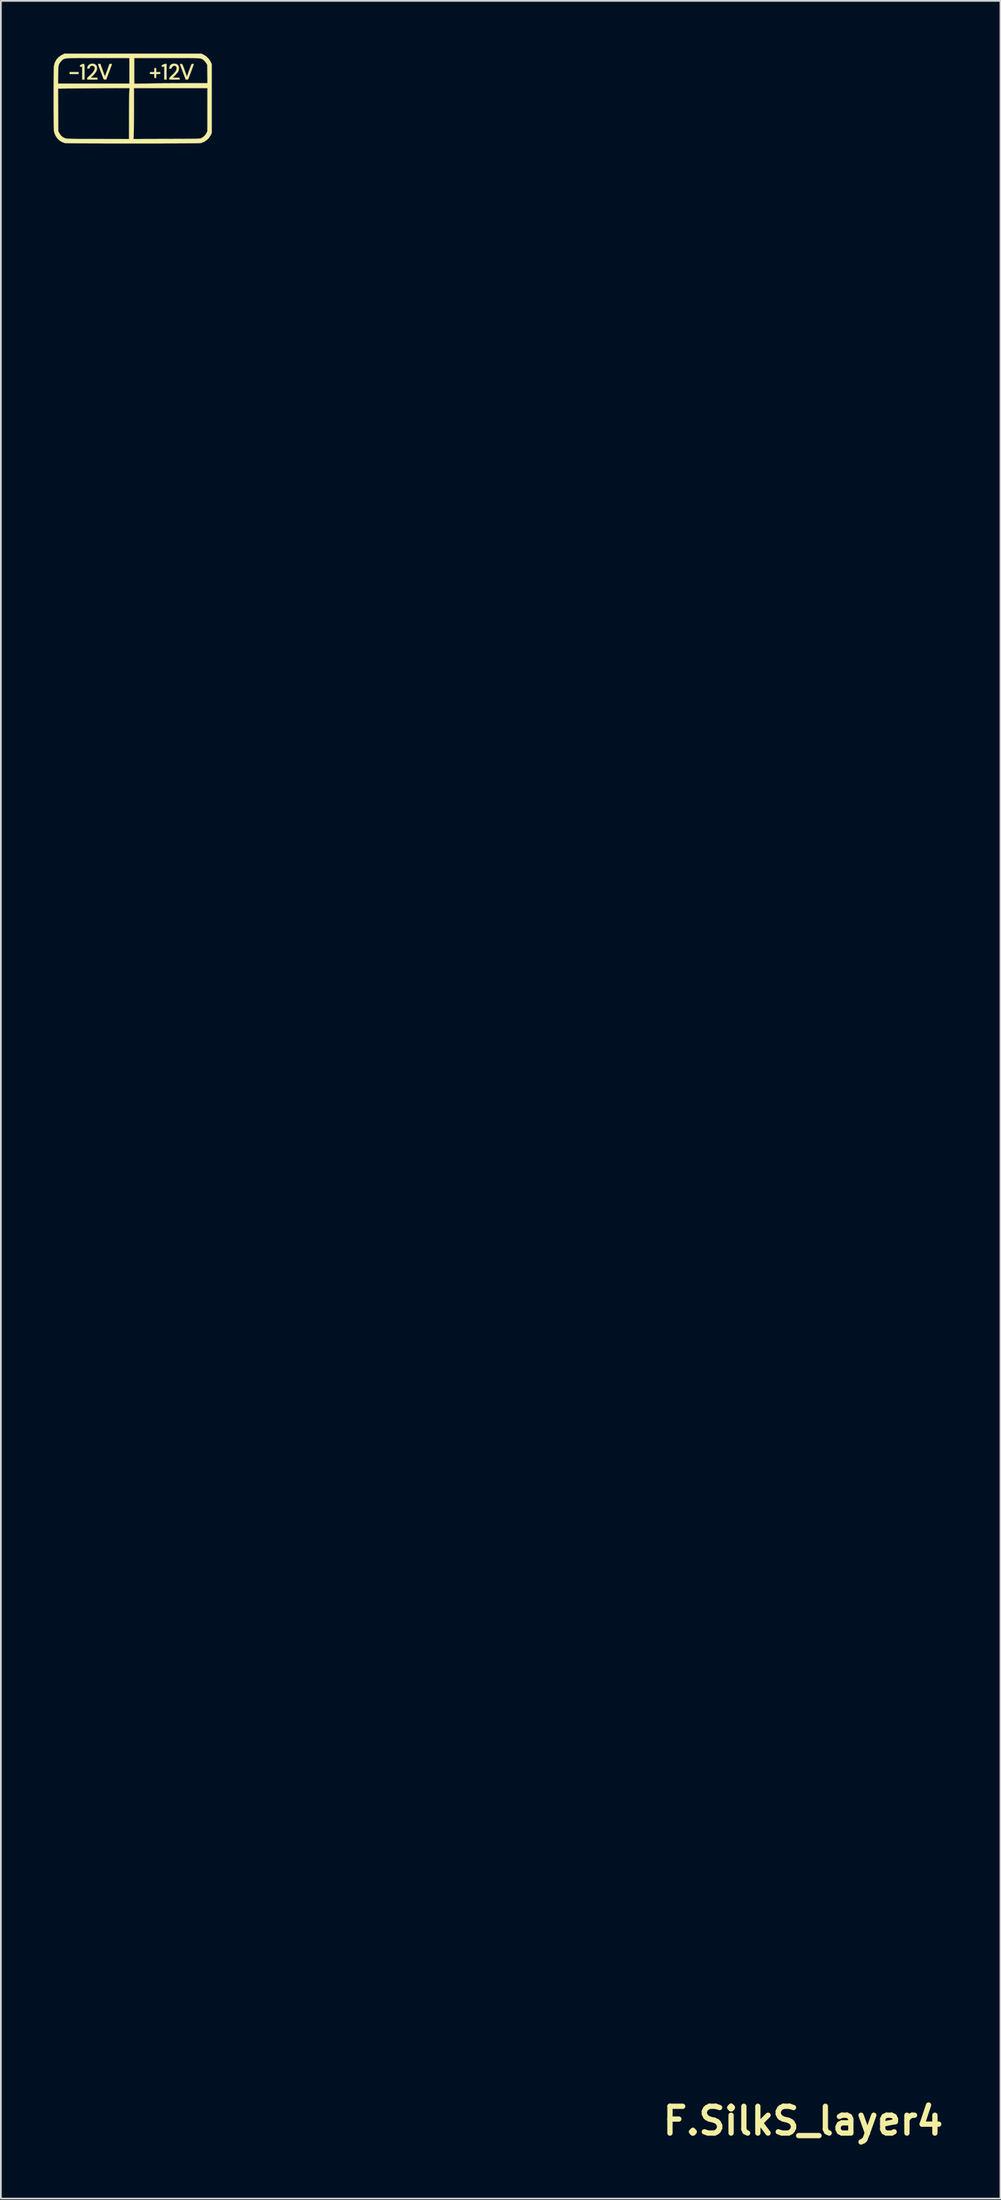
<source format=kicad_pcb>
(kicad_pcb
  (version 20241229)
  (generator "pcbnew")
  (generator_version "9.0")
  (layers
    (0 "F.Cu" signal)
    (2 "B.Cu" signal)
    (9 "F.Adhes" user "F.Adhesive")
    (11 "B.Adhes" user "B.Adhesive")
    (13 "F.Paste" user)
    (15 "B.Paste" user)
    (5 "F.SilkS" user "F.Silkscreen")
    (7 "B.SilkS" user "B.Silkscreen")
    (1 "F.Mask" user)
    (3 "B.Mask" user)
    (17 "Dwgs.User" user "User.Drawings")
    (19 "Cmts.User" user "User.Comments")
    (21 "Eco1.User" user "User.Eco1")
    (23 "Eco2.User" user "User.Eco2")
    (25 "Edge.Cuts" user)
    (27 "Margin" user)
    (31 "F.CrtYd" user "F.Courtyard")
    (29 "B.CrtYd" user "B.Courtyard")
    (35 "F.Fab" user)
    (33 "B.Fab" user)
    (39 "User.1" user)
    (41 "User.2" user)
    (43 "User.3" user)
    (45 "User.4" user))
  (footprint "F.SilkS_layer4"
    (layer "F.Cu")
    (at 42.698 117.66)
    (property "Reference" "F.SilkS_layer4" (at 0 0 0) (layer "F.SilkS") (effects (font (size 1.524 1.524) (thickness 0.3))))
    (attr through_hole)
    (fp_poly (pts (xy -41.275 -116.501) (xy -41.783 -116.501) (xy -41.783 -116.607) (xy -41.275 -116.607) (xy -41.275 -116.501)) (stroke (width 0.01) (type solid)) (fill yes) (layer "F.SilkS"))
    (fp_poly (pts (xy -36.258 -116.184) (xy -36.386 -116.184) (xy -36.386 -116.929) (xy -36.46 -116.915) (xy -36.509 -116.909) (xy -36.53 -116.919) (xy -36.534 -116.95) (xy -36.523 -116.987) (xy -36.485 -117.017) (xy -36.443 -117.036) (xy -36.378 -117.059) (xy -36.32 -117.072) (xy -36.306 -117.073) (xy -36.258 -117.073) (xy -36.258 -116.184)) (stroke (width 0.01) (type solid)) (fill yes) (layer "F.SilkS"))
    (fp_poly (pts (xy -40.958 -117.055) (xy -40.945 -117.017) (xy -40.939 -116.953) (xy -40.937 -116.858) (xy -40.936 -116.729) (xy -40.936 -116.628) (xy -40.936 -116.184) (xy -41.063 -116.184) (xy -41.063 -116.93) (xy -41.127 -116.917) (xy -41.171 -116.912) (xy -41.188 -116.928) (xy -41.19 -116.954) (xy -41.181 -116.99) (xy -41.146 -117.018) (xy -41.1 -117.038) (xy -41.047 -117.059) (xy -41.006 -117.071) (xy -40.977 -117.072) (xy -40.958 -117.055)) (stroke (width 0.01) (type solid)) (fill yes) (layer "F.SilkS"))
    (fp_poly (pts (xy -39.907 -116.724) (xy -39.866 -116.611) (xy -39.829 -116.513) (xy -39.8 -116.437) (xy -39.779 -116.388) (xy -39.771 -116.374) (xy -39.76 -116.393) (xy -39.738 -116.446) (xy -39.707 -116.525) (xy -39.669 -116.626) (xy -39.633 -116.723) (xy -39.508 -117.072) (xy -39.437 -117.073) (xy -39.392 -117.068) (xy -39.373 -117.057) (xy -39.374 -117.055) (xy -39.383 -117.03) (xy -39.404 -116.972) (xy -39.436 -116.887) (xy -39.476 -116.779) (xy -39.522 -116.657) (xy -39.539 -116.61) (xy -39.698 -116.184) (xy -39.767 -116.184) (xy -39.82 -116.192) (xy -39.85 -116.222) (xy -39.859 -116.242) (xy -39.874 -116.281) (xy -39.901 -116.352) (xy -39.936 -116.446) (xy -39.977 -116.555) (xy -40.005 -116.628) (xy -40.048 -116.743) (xy -40.087 -116.847) (xy -40.12 -116.934) (xy -40.143 -116.994) (xy -40.151 -117.015) (xy -40.163 -117.054) (xy -40.152 -117.07) (xy -40.108 -117.073) (xy -40.102 -117.073) (xy -40.031 -117.073) (xy -39.907 -116.724)) (stroke (width 0.01) (type solid)) (fill yes) (layer "F.SilkS"))
    (fp_poly (pts (xy -36.874 -116.837) (xy -36.858 -116.821) (xy -36.852 -116.782) (xy -36.851 -116.724) (xy -36.851 -116.607) (xy -36.735 -116.607) (xy -36.668 -116.606) (xy -36.633 -116.599) (xy -36.62 -116.581) (xy -36.618 -116.554) (xy -36.621 -116.524) (xy -36.637 -116.508) (xy -36.677 -116.502) (xy -36.735 -116.501) (xy -36.851 -116.501) (xy -36.851 -116.385) (xy -36.853 -116.318) (xy -36.86 -116.284) (xy -36.878 -116.27) (xy -36.904 -116.269) (xy -36.934 -116.272) (xy -36.95 -116.287) (xy -36.956 -116.327) (xy -36.957 -116.385) (xy -36.957 -116.501) (xy -37.084 -116.501) (xy -37.154 -116.502) (xy -37.192 -116.509) (xy -37.208 -116.524) (xy -37.211 -116.552) (xy -37.211 -116.554) (xy -37.208 -116.584) (xy -37.194 -116.599) (xy -37.157 -116.606) (xy -37.088 -116.607) (xy -37.084 -116.607) (xy -36.957 -116.607) (xy -36.957 -116.724) (xy -36.956 -116.79) (xy -36.948 -116.825) (xy -36.931 -116.838) (xy -36.904 -116.84) (xy -36.874 -116.837)) (stroke (width 0.01) (type solid)) (fill yes) (layer "F.SilkS"))
    (fp_poly (pts (xy -34.791 -117.074) (xy -34.775 -117.073) (xy -34.731 -117.067) (xy -34.713 -117.055) (xy -34.72 -117.03) (xy -34.74 -116.972) (xy -34.77 -116.889) (xy -34.807 -116.789) (xy -34.832 -116.721) (xy -34.876 -116.603) (xy -34.919 -116.49) (xy -34.956 -116.391) (xy -34.984 -116.317) (xy -34.992 -116.295) (xy -35.018 -116.231) (xy -35.041 -116.198) (xy -35.071 -116.185) (xy -35.101 -116.184) (xy -35.168 -116.184) (xy -35.326 -116.602) (xy -35.373 -116.728) (xy -35.416 -116.841) (xy -35.451 -116.936) (xy -35.477 -117.006) (xy -35.491 -117.044) (xy -35.493 -117.048) (xy -35.487 -117.067) (xy -35.449 -117.07) (xy -35.431 -117.069) (xy -35.409 -117.068) (xy -35.392 -117.065) (xy -35.377 -117.057) (xy -35.361 -117.038) (xy -35.343 -117.005) (xy -35.321 -116.952) (xy -35.292 -116.876) (xy -35.254 -116.771) (xy -35.205 -116.634) (xy -35.173 -116.545) (xy -35.101 -116.345) (xy -35.034 -116.529) (xy -34.976 -116.691) (xy -34.93 -116.817) (xy -34.894 -116.912) (xy -34.868 -116.98) (xy -34.848 -117.026) (xy -34.832 -117.054) (xy -34.819 -117.069) (xy -34.806 -117.074) (xy -34.791 -117.074)) (stroke (width 0.01) (type solid)) (fill yes) (layer "F.SilkS"))
    (fp_poly (pts (xy -40.361 -117.062) (xy -40.287 -117.01) (xy -40.237 -116.932) (xy -40.237 -116.932) (xy -40.217 -116.829) (xy -40.235 -116.722) (xy -40.292 -116.607) (xy -40.388 -116.483) (xy -40.443 -116.426) (xy -40.579 -116.29) (xy -40.387 -116.29) (xy -40.297 -116.289) (xy -40.24 -116.287) (xy -40.21 -116.279) (xy -40.198 -116.265) (xy -40.196 -116.242) (xy -40.196 -116.237) (xy -40.196 -116.184) (xy -40.492 -116.184) (xy -40.609 -116.184) (xy -40.69 -116.185) (xy -40.742 -116.189) (xy -40.772 -116.196) (xy -40.785 -116.207) (xy -40.788 -116.223) (xy -40.788 -116.232) (xy -40.771 -116.276) (xy -40.718 -116.333) (xy -40.672 -116.373) (xy -40.56 -116.472) (xy -40.466 -116.575) (xy -40.396 -116.676) (xy -40.354 -116.767) (xy -40.344 -116.826) (xy -40.357 -116.881) (xy -40.383 -116.926) (xy -40.438 -116.965) (xy -40.504 -116.973) (xy -40.57 -116.953) (xy -40.621 -116.91) (xy -40.644 -116.854) (xy -40.666 -116.815) (xy -40.709 -116.802) (xy -40.75 -116.802) (xy -40.765 -116.824) (xy -40.767 -116.858) (xy -40.752 -116.922) (xy -40.713 -116.985) (xy -40.636 -117.049) (xy -40.546 -117.083) (xy -40.451 -117.086) (xy -40.361 -117.062)) (stroke (width 0.01) (type solid)) (fill yes) (layer "F.SilkS"))
    (fp_poly (pts (xy -35.746 -117.081) (xy -35.656 -117.044) (xy -35.591 -116.979) (xy -35.564 -116.908) (xy -35.556 -116.817) (xy -35.567 -116.722) (xy -35.592 -116.649) (xy -35.623 -116.602) (xy -35.676 -116.537) (xy -35.74 -116.465) (xy -35.77 -116.434) (xy -35.911 -116.29) (xy -35.714 -116.29) (xy -35.622 -116.289) (xy -35.565 -116.287) (xy -35.533 -116.28) (xy -35.52 -116.266) (xy -35.518 -116.244) (xy -35.518 -116.237) (xy -35.518 -116.184) (xy -35.814 -116.184) (xy -35.931 -116.184) (xy -36.012 -116.185) (xy -36.064 -116.189) (xy -36.094 -116.196) (xy -36.107 -116.207) (xy -36.11 -116.223) (xy -36.11 -116.231) (xy -36.092 -116.275) (xy -36.039 -116.339) (xy -35.962 -116.413) (xy -35.837 -116.535) (xy -35.749 -116.641) (xy -35.697 -116.736) (xy -35.68 -116.819) (xy -35.69 -116.881) (xy -35.729 -116.942) (xy -35.785 -116.972) (xy -35.849 -116.97) (xy -35.91 -116.937) (xy -35.959 -116.874) (xy -35.962 -116.867) (xy -35.994 -116.818) (xy -36.036 -116.799) (xy -36.054 -116.798) (xy -36.094 -116.801) (xy -36.106 -116.82) (xy -36.099 -116.866) (xy -36.063 -116.967) (xy -36 -117.037) (xy -35.951 -117.064) (xy -35.847 -117.089) (xy -35.746 -117.081)) (stroke (width 0.01) (type solid)) (fill yes) (layer "F.SilkS"))
    (fp_poly (pts (xy -34.158 -117.598) (xy -34.006 -117.505) (xy -33.874 -117.379) (xy -33.771 -117.232) (xy -33.755 -117.202) (xy -33.687 -117.063) (xy -33.687 -113.146) (xy -33.742 -113.03) (xy -33.839 -112.873) (xy -33.967 -112.742) (xy -34.119 -112.641) (xy -34.29 -112.576) (xy -34.328 -112.567) (xy -34.362 -112.564) (xy -34.435 -112.562) (xy -34.545 -112.559) (xy -34.69 -112.557) (xy -34.866 -112.555) (xy -35.072 -112.554) (xy -35.304 -112.552) (xy -35.561 -112.55) (xy -35.838 -112.549) (xy -36.134 -112.548) (xy -36.446 -112.547) (xy -36.771 -112.546) (xy -37.108 -112.546) (xy -37.452 -112.545) (xy -37.802 -112.545) (xy -38.154 -112.545) (xy -38.507 -112.545) (xy -38.857 -112.545) (xy -39.203 -112.546) (xy -39.54 -112.546) (xy -39.868 -112.547) (xy -40.182 -112.548) (xy -40.481 -112.549) (xy -40.761 -112.55) (xy -41.021 -112.551) (xy -41.257 -112.553) (xy -41.467 -112.555) (xy -41.649 -112.557) (xy -41.798 -112.559) (xy -41.914 -112.561) (xy -41.994 -112.563) (xy -42.034 -112.566) (xy -42.036 -112.566) (xy -42.198 -112.619) (xy -42.345 -112.707) (xy -42.441 -112.796) (xy -38.148 -112.796) (xy -36.256 -112.802) (xy -35.93 -112.803) (xy -35.644 -112.804) (xy -35.394 -112.805) (xy -35.179 -112.806) (xy -34.995 -112.807) (xy -34.84 -112.809) (xy -34.711 -112.81) (xy -34.606 -112.812) (xy -34.52 -112.815) (xy -34.453 -112.818) (xy -34.401 -112.822) (xy -34.362 -112.826) (xy -34.332 -112.831) (xy -34.309 -112.837) (xy -34.29 -112.843) (xy -34.273 -112.851) (xy -34.269 -112.853) (xy -34.139 -112.937) (xy -34.034 -113.053) (xy -33.98 -113.146) (xy -33.931 -113.252) (xy -33.93 -115.697) (xy -38.121 -115.697) (xy -38.121 -114.377) (xy -38.121 -114.141) (xy -38.122 -113.913) (xy -38.123 -113.7) (xy -38.124 -113.503) (xy -38.126 -113.329) (xy -38.128 -113.18) (xy -38.13 -113.061) (xy -38.132 -112.976) (xy -38.135 -112.929) (xy -38.135 -112.927) (xy -38.148 -112.796) (xy -42.441 -112.796) (xy -42.472 -112.825) (xy -42.573 -112.968) (xy -42.644 -113.13) (xy -42.671 -113.245) (xy -42.675 -113.291) (xy -42.679 -113.376) (xy -42.682 -113.495) (xy -42.685 -113.644) (xy -42.687 -113.82) (xy -42.689 -114.018) (xy -42.691 -114.234) (xy -42.692 -114.465) (xy -42.693 -114.707) (xy -42.693 -114.954) (xy -42.693 -115.204) (xy -42.693 -115.453) (xy -42.692 -115.669) (xy -42.441 -115.669) (xy -42.429 -113.249) (xy -42.365 -113.126) (xy -42.279 -112.997) (xy -42.169 -112.902) (xy -42.033 -112.837) (xy -42.011 -112.83) (xy -41.985 -112.824) (xy -41.954 -112.819) (xy -41.914 -112.815) (xy -41.862 -112.811) (xy -41.795 -112.808) (xy -41.711 -112.805) (xy -41.607 -112.803) (xy -41.48 -112.801) (xy -41.326 -112.8) (xy -41.144 -112.799) (xy -40.93 -112.799) (xy -40.682 -112.798) (xy -40.396 -112.798) (xy -40.158 -112.798) (xy -38.396 -112.797) (xy -38.396 -113.945) (xy -38.396 -114.174) (xy -38.395 -114.398) (xy -38.394 -114.614) (xy -38.392 -114.816) (xy -38.39 -114.998) (xy -38.388 -115.156) (xy -38.386 -115.283) (xy -38.383 -115.375) (xy -38.382 -115.395) (xy -38.369 -115.697) (xy -38.959 -115.697) (xy -39.086 -115.697) (xy -39.249 -115.696) (xy -39.444 -115.695) (xy -39.664 -115.694) (xy -39.905 -115.692) (xy -40.159 -115.69) (xy -40.423 -115.688) (xy -40.69 -115.686) (xy -40.955 -115.683) (xy -40.996 -115.683) (xy -42.441 -115.669) (xy -42.692 -115.669) (xy -42.692 -115.696) (xy -42.691 -115.929) (xy -42.691 -115.951) (xy -42.443 -115.951) (xy -38.375 -115.951) (xy -38.375 -117.412) (xy -38.1 -117.412) (xy -38.1 -115.944) (xy -37.195 -115.958) (xy -36.987 -115.961) (xy -36.745 -115.964) (xy -36.478 -115.966) (xy -36.196 -115.968) (xy -35.906 -115.97) (xy -35.619 -115.971) (xy -35.343 -115.972) (xy -35.109 -115.972) (xy -33.927 -115.972) (xy -33.934 -116.496) (xy -33.941 -117.02) (xy -33.999 -117.118) (xy -34.051 -117.191) (xy -34.114 -117.26) (xy -34.14 -117.283) (xy -34.167 -117.305) (xy -34.192 -117.324) (xy -34.217 -117.341) (xy -34.245 -117.355) (xy -34.279 -117.368) (xy -34.321 -117.378) (xy -34.375 -117.387) (xy -34.443 -117.394) (xy -34.527 -117.399) (xy -34.631 -117.403) (xy -34.758 -117.407) (xy -34.909 -117.409) (xy -35.088 -117.41) (xy -35.297 -117.411) (xy -35.54 -117.411) (xy -35.818 -117.412) (xy -36.135 -117.412) (xy -36.251 -117.412) (xy -38.1 -117.412) (xy -38.375 -117.412) (xy -40.16 -117.412) (xy -40.487 -117.412) (xy -40.774 -117.412) (xy -41.024 -117.411) (xy -41.241 -117.41) (xy -41.426 -117.409) (xy -41.583 -117.407) (xy -41.714 -117.404) (xy -41.822 -117.399) (xy -41.911 -117.393) (xy -41.982 -117.385) (xy -42.038 -117.376) (xy -42.083 -117.364) (xy -42.119 -117.35) (xy -42.148 -117.334) (xy -42.174 -117.315) (xy -42.2 -117.293) (xy -42.228 -117.268) (xy -42.234 -117.263) (xy -42.308 -117.182) (xy -42.368 -117.088) (xy -42.377 -117.068) (xy -42.393 -117.031) (xy -42.406 -116.993) (xy -42.415 -116.95) (xy -42.422 -116.895) (xy -42.426 -116.822) (xy -42.43 -116.725) (xy -42.433 -116.597) (xy -42.435 -116.454) (xy -42.443 -115.951) (xy -42.691 -115.951) (xy -42.689 -116.149) (xy -42.687 -116.352) (xy -42.685 -116.533) (xy -42.682 -116.688) (xy -42.679 -116.814) (xy -42.676 -116.906) (xy -42.672 -116.961) (xy -42.671 -116.967) (xy -42.622 -117.149) (xy -42.537 -117.31) (xy -42.418 -117.447) (xy -42.269 -117.557) (xy -42.206 -117.59) (xy -42.069 -117.655) (xy -34.279 -117.655) (xy -34.158 -117.598)) (stroke (width 0.01) (type solid)) (fill yes) (layer "F.SilkS")))
  (gr_rect
    (start -3 -3)
    (end 53.942 122.078)
    (stroke (width 0.1) (type default))
    (fill no)
    (layer "Edge.Cuts")))
</source>
